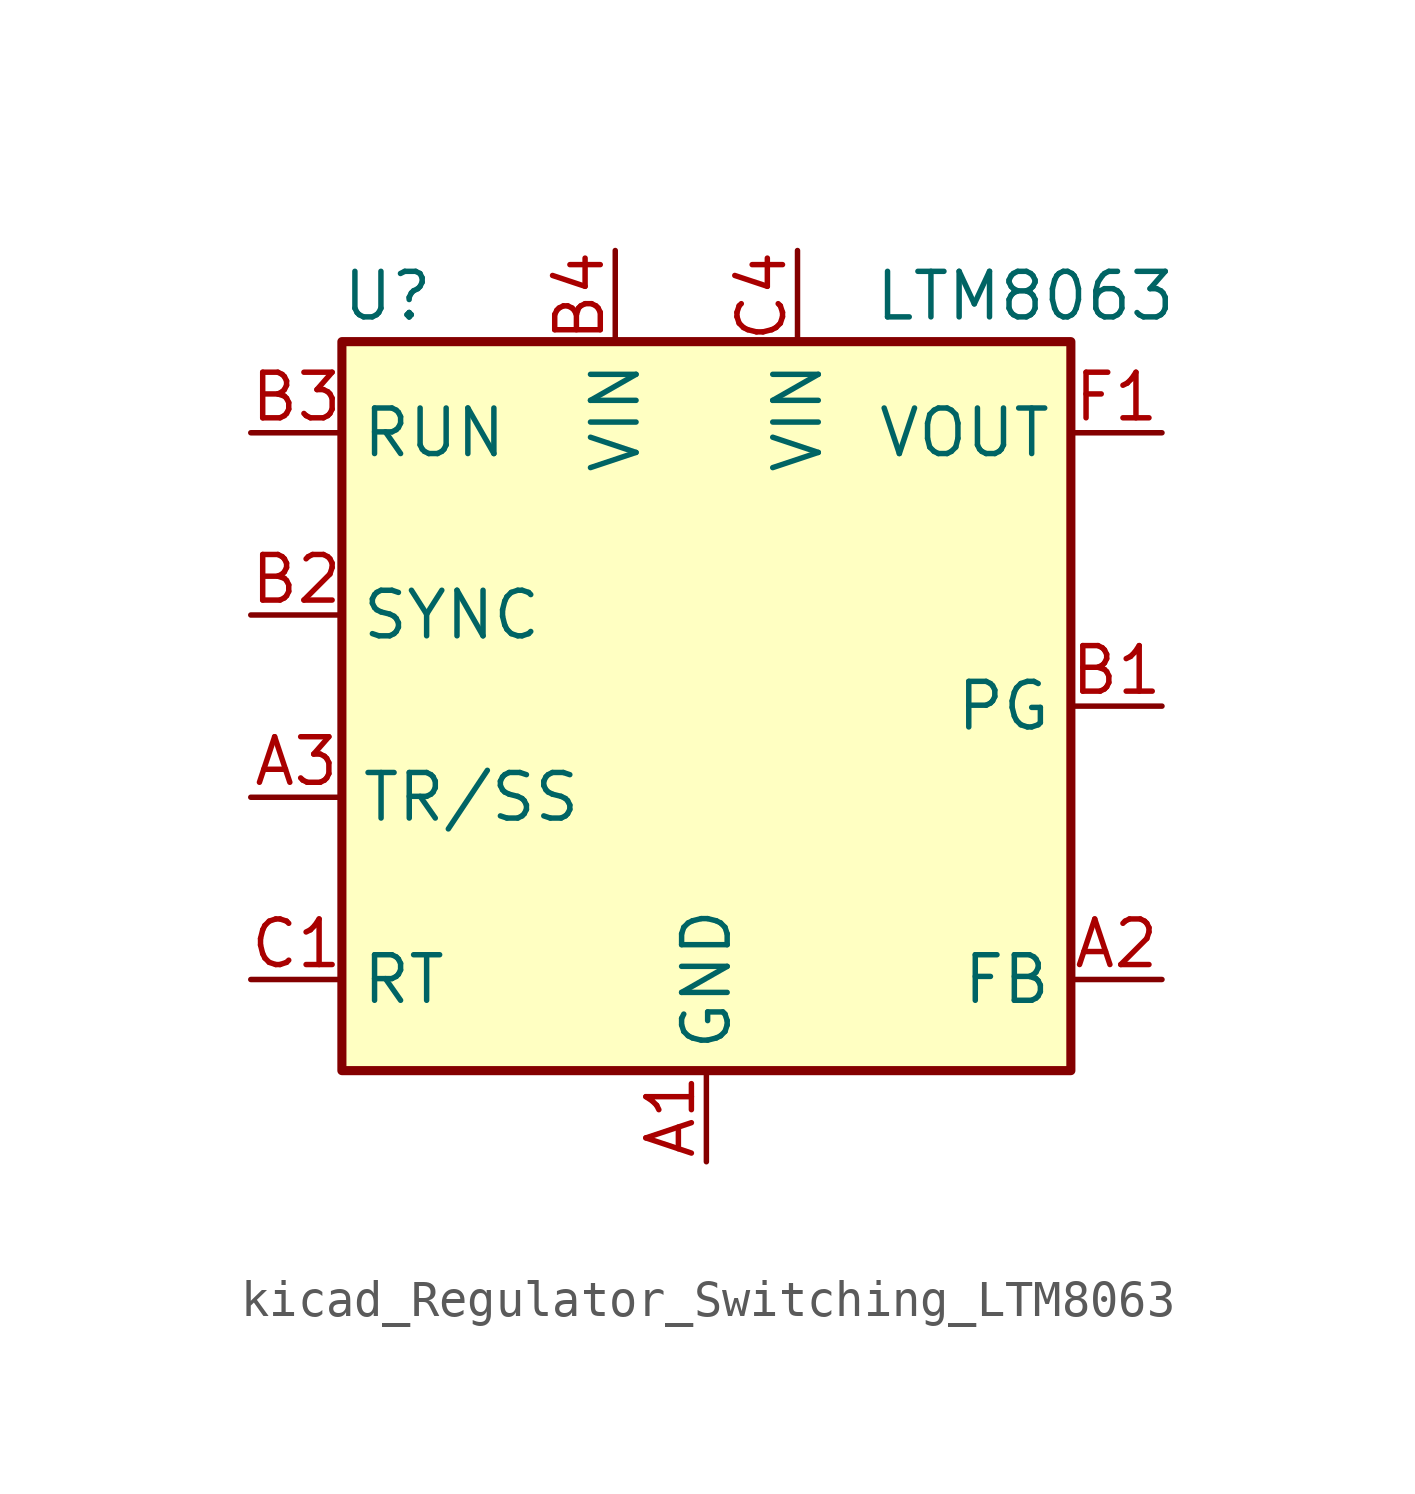
<source format=kicad_sym>
(kicad_symbol_lib
  (version 20220914)
  (generator kicad_symbol_editor)
  (symbol "kicad_Regulator_Switching_LTM8063"
    (property "Reference" "U"
      (at -8.89 11.43 0)
      (effects (font (size 1.27 1.27))))
    (property "Value" "LTM8063"
      (at 8.89 11.43 0)
      (effects (font (size 1.27 1.27))))
    (symbol "kicad_Regulator_Switching_LTM8063_0_1"
      (rectangle (start 10.16 10.16) (end -10.16 -10.16) (stroke (width 0.254) (type default)) (fill (type background))))
    (symbol "kicad_Regulator_Switching_LTM8063_1_1"
      (pin power_in line (at 0 -12.7 90) (length 2.54) (name "GND" (effects (font (size 1.27 1.27)))) (number "A1" (effects (font (size 1.27 1.27)))))
      (pin input line (at 12.7 -7.62 180) (length 2.54) (name "FB" (effects (font (size 1.27 1.27)))) (number "A2" (effects (font (size 1.27 1.27)))))
      (pin input line (at -12.7 -2.54 0) (length 2.54) (name "TR/SS" (effects (font (size 1.27 1.27)))) (number "A3" (effects (font (size 1.27 1.27)))))
      (pin passive line (at 0 -12.7 90) (length 2.54) hide (name "GND" (effects (font (size 1.27 1.27)))) (number "A4" (effects (font (size 1.27 1.27)))))
      (pin open_collector line (at 12.7 0 180) (length 2.54) (name "PG" (effects (font (size 1.27 1.27)))) (number "B1" (effects (font (size 1.27 1.27)))))
      (pin input line (at -12.7 2.54 0) (length 2.54) (name "SYNC" (effects (font (size 1.27 1.27)))) (number "B2" (effects (font (size 1.27 1.27)))))
      (pin input line (at -12.7 7.62 0) (length 2.54) (name "RUN" (effects (font (size 1.27 1.27)))) (number "B3" (effects (font (size 1.27 1.27)))))
      (pin power_in line (at -2.54 12.7 270) (length 2.54) (name "VIN" (effects (font (size 1.27 1.27)))) (number "B4" (effects (font (size 1.27 1.27)))))
      (pin input line (at -12.7 -7.62 0) (length 2.54) (name "RT" (effects (font (size 1.27 1.27)))) (number "C1" (effects (font (size 1.27 1.27)))))
      (pin passive line (at 0 -12.7 90) (length 2.54) hide (name "GND" (effects (font (size 1.27 1.27)))) (number "C2" (effects (font (size 1.27 1.27)))))
      (pin passive line (at 0 -12.7 90) (length 2.54) hide (name "GND" (effects (font (size 1.27 1.27)))) (number "C3" (effects (font (size 1.27 1.27)))))
      (pin power_in line (at 2.54 12.7 270) (length 2.54) (name "VIN" (effects (font (size 1.27 1.27)))) (number "C4" (effects (font (size 1.27 1.27)))))
      (pin passive line (at 0 -12.7 90) (length 2.54) hide (name "GND" (effects (font (size 1.27 1.27)))) (number "D1" (effects (font (size 1.27 1.27)))))
      (pin passive line (at 0 -12.7 90) (length 2.54) hide (name "GND" (effects (font (size 1.27 1.27)))) (number "D2" (effects (font (size 1.27 1.27)))))
      (pin passive line (at 0 -12.7 90) (length 2.54) hide (name "GND" (effects (font (size 1.27 1.27)))) (number "D3" (effects (font (size 1.27 1.27)))))
      (pin passive line (at 0 -12.7 90) (length 2.54) hide (name "GND" (effects (font (size 1.27 1.27)))) (number "D4" (effects (font (size 1.27 1.27)))))
      (pin passive line (at 0 -12.7 90) (length 2.54) hide (name "GND" (effects (font (size 1.27 1.27)))) (number "E1" (effects (font (size 1.27 1.27)))))
      (pin passive line (at 0 -12.7 90) (length 2.54) hide (name "GND" (effects (font (size 1.27 1.27)))) (number "E2" (effects (font (size 1.27 1.27)))))
      (pin passive line (at 0 -12.7 90) (length 2.54) hide (name "GND" (effects (font (size 1.27 1.27)))) (number "E3" (effects (font (size 1.27 1.27)))))
      (pin passive line (at 0 -12.7 90) (length 2.54) hide (name "GND" (effects (font (size 1.27 1.27)))) (number "E4" (effects (font (size 1.27 1.27)))))
      (pin power_out line (at 12.7 7.62 180) (length 2.54) (name "VOUT" (effects (font (size 1.27 1.27)))) (number "F1" (effects (font (size 1.27 1.27)))))
      (pin passive line (at 12.7 7.62 180) (length 2.54) hide (name "VOUT" (effects (font (size 1.27 1.27)))) (number "F2" (effects (font (size 1.27 1.27)))))
      (pin passive line (at 12.7 7.62 180) (length 2.54) hide (name "VOUT" (effects (font (size 1.27 1.27)))) (number "F3" (effects (font (size 1.27 1.27)))))
      (pin passive line (at 12.7 7.62 180) (length 2.54) hide (name "VOUT" (effects (font (size 1.27 1.27)))) (number "F4" (effects (font (size 1.27 1.27)))))
      (pin passive line (at 12.7 7.62 180) (length 2.54) hide (name "VOUT" (effects (font (size 1.27 1.27)))) (number "G1" (effects (font (size 1.27 1.27)))))
      (pin passive line (at 12.7 7.62 180) (length 2.54) hide (name "VOUT" (effects (font (size 1.27 1.27)))) (number "G2" (effects (font (size 1.27 1.27)))))
      (pin passive line (at 12.7 7.62 180) (length 2.54) hide (name "VOUT" (effects (font (size 1.27 1.27)))) (number "G3" (effects (font (size 1.27 1.27)))))
      (pin passive line (at 12.7 7.62 180) (length 2.54) hide (name "VOUT" (effects (font (size 1.27 1.27)))) (number "G4" (effects (font (size 1.27 1.27))))))))
</source>
